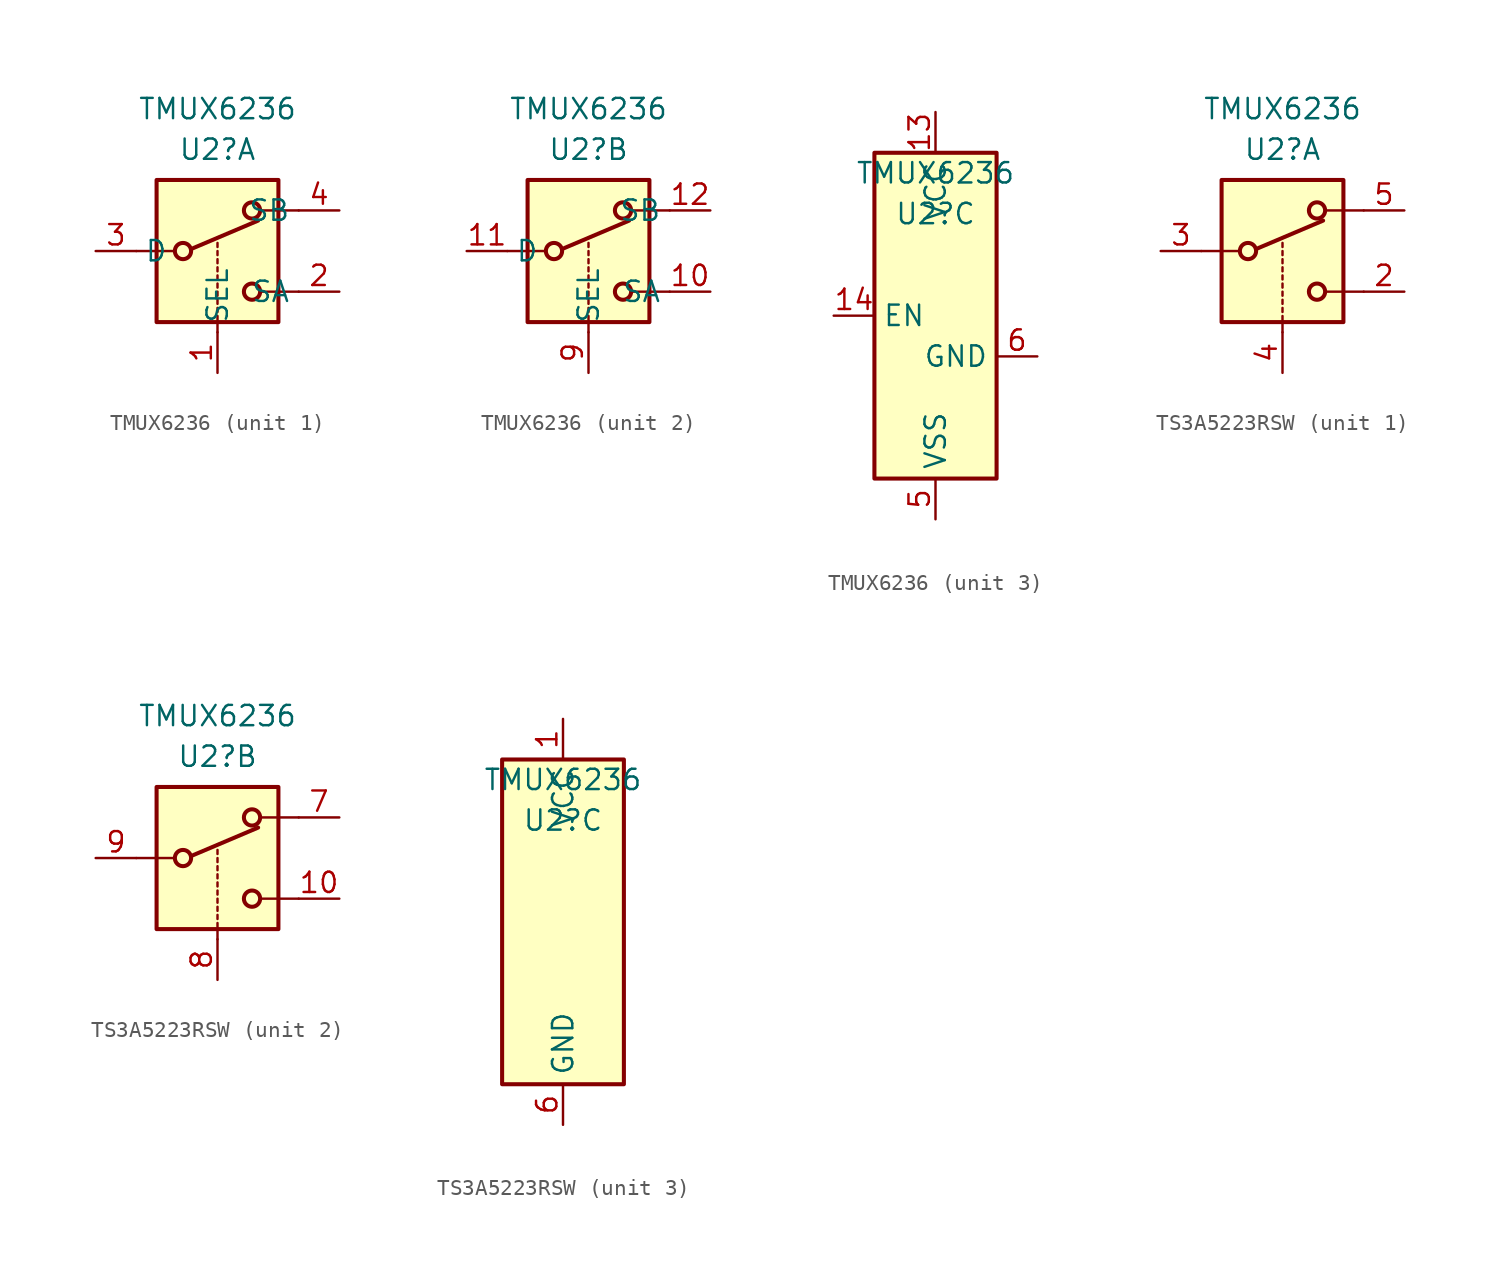
<source format=kicad_sym>
(kicad_symbol_lib
  (version 20241209)
  (generator "kicad_symbol_editor")
  (generator_version "9.0")
  (symbol "TMUX6236"
    (property "Reference" "U2"
      (at 0 6.35 0)
      (effects (font (size 1.27 1.27))))
    (property "Value" "TMUX6236"
      (at 0 8.89 0)
      (effects (font (size 1.27 1.27))))
    (symbol "TMUX6236_1_1"
      (polyline (pts (xy -5.08 0) (xy -2.794 0)) (stroke (width 0) (type default)) (fill (type none)))
      (rectangle (start -3.81 4.445) (end 3.81 -4.445) (stroke (width 0.254) (type default)) (fill (type background)))
      (circle (center -2.159 0) (radius 0.508) (stroke (width 0.254) (type default)) (fill (type none)))
      (polyline (pts (xy -1.651 0.127) (xy 2.54 1.905)) (stroke (width 0.254) (type default)) (fill (type none)))
      (polyline (pts (xy 0 0.254) (xy 0 0.508)) (stroke (width 0) (type default)) (fill (type none)))
      (polyline (pts (xy 0 -0.254) (xy 0 0)) (stroke (width 0) (type default)) (fill (type none)))
      (polyline (pts (xy 0 -0.762) (xy 0 -0.508)) (stroke (width 0) (type default)) (fill (type none)))
      (polyline (pts (xy 0 -1.27) (xy 0 -1.016)) (stroke (width 0) (type default)) (fill (type none)))
      (polyline (pts (xy 0 -1.778) (xy 0 -1.524)) (stroke (width 0) (type default)) (fill (type none)))
      (polyline (pts (xy 0 -2.286) (xy 0 -2.032)) (stroke (width 0) (type default)) (fill (type none)))
      (polyline (pts (xy 0 -2.794) (xy 0 -2.54)) (stroke (width 0) (type default)) (fill (type none)))
      (polyline (pts (xy 0 -3.302) (xy 0 -3.048)) (stroke (width 0) (type default)) (fill (type none)))
      (polyline (pts (xy 0 -3.81) (xy 0 -3.556)) (stroke (width 0) (type default)) (fill (type none)))
      (polyline (pts (xy 0 -4.318) (xy 0 -4.064)) (stroke (width 0) (type default)) (fill (type none)))
      (polyline (pts (xy 0 -5.08) (xy 0 -4.572)) (stroke (width 0) (type default)) (fill (type none)))
      (circle (center 2.159 2.54) (radius 0.508) (stroke (width 0.254) (type default)) (fill (type none)))
      (circle (center 2.159 -2.54) (radius 0.508) (stroke (width 0.254) (type default)) (fill (type none)))
      (polyline (pts (xy 5.08 2.54) (xy 2.794 2.54)) (stroke (width 0) (type default)) (fill (type none)))
      (polyline (pts (xy 5.08 -2.54) (xy 2.794 -2.54)) (stroke (width 0) (type default)) (fill (type none)))
      (pin passive line (at -7.62 0 0) (length 2.54) (name "D" (effects (font (size 1.27 1.27)))) (number "3" (effects (font (size 1.27 1.27)))))
      (pin input line (at 0 -7.62 90) (length 2.54) (name "SEL" (effects (font (size 1.27 1.27)))) (number "1" (effects (font (size 1.27 1.27)))))
      (pin passive line (at 7.62 2.54 180) (length 2.54) (name "SB" (effects (font (size 1.27 1.27)))) (number "4" (effects (font (size 1.27 1.27)))))
      (pin passive line (at 7.62 -2.54 180) (length 2.54) (name "SA" (effects (font (size 1.27 1.27)))) (number "2" (effects (font (size 1.27 1.27))))))
    (symbol "TMUX6236_2_1"
      (polyline (pts (xy -5.08 0) (xy -2.794 0)) (stroke (width 0) (type default)) (fill (type none)))
      (rectangle (start -3.81 4.445) (end 3.81 -4.445) (stroke (width 0.254) (type default)) (fill (type background)))
      (circle (center -2.159 0) (radius 0.508) (stroke (width 0.254) (type default)) (fill (type none)))
      (polyline (pts (xy -1.651 0.127) (xy 2.54 1.905)) (stroke (width 0.254) (type default)) (fill (type none)))
      (polyline (pts (xy 0 0.254) (xy 0 0.508)) (stroke (width 0) (type default)) (fill (type none)))
      (polyline (pts (xy 0 -0.254) (xy 0 0)) (stroke (width 0) (type default)) (fill (type none)))
      (polyline (pts (xy 0 -0.762) (xy 0 -0.508)) (stroke (width 0) (type default)) (fill (type none)))
      (polyline (pts (xy 0 -1.27) (xy 0 -1.016)) (stroke (width 0) (type default)) (fill (type none)))
      (polyline (pts (xy 0 -1.778) (xy 0 -1.524)) (stroke (width 0) (type default)) (fill (type none)))
      (polyline (pts (xy 0 -2.286) (xy 0 -2.032)) (stroke (width 0) (type default)) (fill (type none)))
      (polyline (pts (xy 0 -2.794) (xy 0 -2.54)) (stroke (width 0) (type default)) (fill (type none)))
      (polyline (pts (xy 0 -3.302) (xy 0 -3.048)) (stroke (width 0) (type default)) (fill (type none)))
      (polyline (pts (xy 0 -3.81) (xy 0 -3.556)) (stroke (width 0) (type default)) (fill (type none)))
      (polyline (pts (xy 0 -4.318) (xy 0 -4.064)) (stroke (width 0) (type default)) (fill (type none)))
      (polyline (pts (xy 0 -5.08) (xy 0 -4.572)) (stroke (width 0) (type default)) (fill (type none)))
      (circle (center 2.159 2.54) (radius 0.508) (stroke (width 0.254) (type default)) (fill (type none)))
      (circle (center 2.159 -2.54) (radius 0.508) (stroke (width 0.254) (type default)) (fill (type none)))
      (polyline (pts (xy 5.08 2.54) (xy 2.794 2.54)) (stroke (width 0) (type default)) (fill (type none)))
      (polyline (pts (xy 5.08 -2.54) (xy 2.794 -2.54)) (stroke (width 0) (type default)) (fill (type none)))
      (pin passive line (at -7.62 0 0) (length 2.54) (name "D" (effects (font (size 1.27 1.27)))) (number "11" (effects (font (size 1.27 1.27)))))
      (pin input line (at 0 -7.62 90) (length 2.54) (name "SEL" (effects (font (size 1.27 1.27)))) (number "9" (effects (font (size 1.27 1.27)))))
      (pin passive line (at 7.62 2.54 180) (length 2.54) (name "SB" (effects (font (size 1.27 1.27)))) (number "12" (effects (font (size 1.27 1.27)))))
      (pin passive line (at 7.62 -2.54 180) (length 2.54) (name "SA" (effects (font (size 1.27 1.27)))) (number "10" (effects (font (size 1.27 1.27))))))
    (symbol "TMUX6236_3_1"
      (rectangle (start -3.81 10.16) (end 3.81 -10.16) (stroke (width 0.254) (type default)) (fill (type background)))
      (pin input line (at -6.35 0 0) (length 2.54) (name "EN" (effects (font (size 1.27 1.27)))) (number "14" (effects (font (size 1.27 1.27)))))
      (pin power_in line (at 0 12.7 270) (length 2.54) (name "VCC" (effects (font (size 1.27 1.27)))) (number "13" (effects (font (size 1.27 1.27)))))
      (pin power_in line (at 0 -12.7 90) (length 2.54) (name "VSS" (effects (font (size 1.27 1.27)))) (number "5" (effects (font (size 1.27 1.27)))))
      (pin no_connect line (at 6.35 3.81 180) (length 2.54) (hide yes) (name "NC" (effects (font (size 1.27 1.27)))) (number "7" (effects (font (size 1.27 1.27)))))
      (pin no_connect line (at 6.35 2.54 180) (length 2.54) (hide yes) (name "NC" (effects (font (size 1.27 1.27)))) (number "8" (effects (font (size 1.27 1.27)))))
      (pin no_connect line (at 6.35 1.27 180) (length 2.54) (hide yes) (name "NC" (effects (font (size 1.27 1.27)))) (number "15" (effects (font (size 1.27 1.27)))))
      (pin no_connect line (at 6.35 0 180) (length 2.54) (hide yes) (name "NC" (effects (font (size 1.27 1.27)))) (number "16" (effects (font (size 1.27 1.27)))))
      (pin input line (at 6.35 -2.54 180) (length 2.54) (name "GND" (effects (font (size 1.27 1.27)))) (number "6" (effects (font (size 1.27 1.27)))))))
  (symbol "TS3A5223RSW"
    (property "Reference" "U2"
      (at 0 6.35 0)
      (effects (font (size 1.27 1.27))))
    (property "Value" "TMUX6236"
      (at 0 8.89 0)
      (effects (font (size 1.27 1.27))))
    (symbol "TS3A5223RSW_1_1"
      (polyline (pts (xy -5.08 0) (xy -2.794 0)) (stroke (width 0) (type default)) (fill (type none)))
      (rectangle (start -3.81 4.445) (end 3.81 -4.445) (stroke (width 0.254) (type default)) (fill (type background)))
      (circle (center -2.159 0) (radius 0.508) (stroke (width 0.254) (type default)) (fill (type none)))
      (polyline (pts (xy -1.651 0.127) (xy 2.54 1.905)) (stroke (width 0.254) (type default)) (fill (type none)))
      (polyline (pts (xy 0 0.254) (xy 0 0.508)) (stroke (width 0) (type default)) (fill (type none)))
      (polyline (pts (xy 0 -0.254) (xy 0 0)) (stroke (width 0) (type default)) (fill (type none)))
      (polyline (pts (xy 0 -0.762) (xy 0 -0.508)) (stroke (width 0) (type default)) (fill (type none)))
      (polyline (pts (xy 0 -1.27) (xy 0 -1.016)) (stroke (width 0) (type default)) (fill (type none)))
      (polyline (pts (xy 0 -1.778) (xy 0 -1.524)) (stroke (width 0) (type default)) (fill (type none)))
      (polyline (pts (xy 0 -2.286) (xy 0 -2.032)) (stroke (width 0) (type default)) (fill (type none)))
      (polyline (pts (xy 0 -2.794) (xy 0 -2.54)) (stroke (width 0) (type default)) (fill (type none)))
      (polyline (pts (xy 0 -3.302) (xy 0 -3.048)) (stroke (width 0) (type default)) (fill (type none)))
      (polyline (pts (xy 0 -3.81) (xy 0 -3.556)) (stroke (width 0) (type default)) (fill (type none)))
      (polyline (pts (xy 0 -4.318) (xy 0 -4.064)) (stroke (width 0) (type default)) (fill (type none)))
      (polyline (pts (xy 0 -5.08) (xy 0 -4.572)) (stroke (width 0) (type default)) (fill (type none)))
      (circle (center 2.159 2.54) (radius 0.508) (stroke (width 0.254) (type default)) (fill (type none)))
      (circle (center 2.159 -2.54) (radius 0.508) (stroke (width 0.254) (type default)) (fill (type none)))
      (polyline (pts (xy 5.08 2.54) (xy 2.794 2.54)) (stroke (width 0) (type default)) (fill (type none)))
      (polyline (pts (xy 5.08 -2.54) (xy 2.794 -2.54)) (stroke (width 0) (type default)) (fill (type none)))
      (pin passive line (at -7.62 0 0) (length 2.54) (name "~" (effects (font (size 1.27 1.27)))) (number "3" (effects (font (size 1.27 1.27)))))
      (pin input line (at 0 -7.62 90) (length 2.54) (name "~" (effects (font (size 1.27 1.27)))) (number "4" (effects (font (size 1.27 1.27)))))
      (pin passive line (at 7.62 2.54 180) (length 2.54) (name "~" (effects (font (size 1.27 1.27)))) (number "5" (effects (font (size 1.27 1.27)))))
      (pin passive line (at 7.62 -2.54 180) (length 2.54) (name "~" (effects (font (size 1.27 1.27)))) (number "2" (effects (font (size 1.27 1.27))))))
    (symbol "TS3A5223RSW_2_1"
      (polyline (pts (xy -5.08 0) (xy -2.794 0)) (stroke (width 0) (type default)) (fill (type none)))
      (rectangle (start -3.81 4.445) (end 3.81 -4.445) (stroke (width 0.254) (type default)) (fill (type background)))
      (circle (center -2.159 0) (radius 0.508) (stroke (width 0.254) (type default)) (fill (type none)))
      (polyline (pts (xy -1.651 0.127) (xy 2.54 1.905)) (stroke (width 0.254) (type default)) (fill (type none)))
      (polyline (pts (xy 0 0.254) (xy 0 0.508)) (stroke (width 0) (type default)) (fill (type none)))
      (polyline (pts (xy 0 -0.254) (xy 0 0)) (stroke (width 0) (type default)) (fill (type none)))
      (polyline (pts (xy 0 -0.762) (xy 0 -0.508)) (stroke (width 0) (type default)) (fill (type none)))
      (polyline (pts (xy 0 -1.27) (xy 0 -1.016)) (stroke (width 0) (type default)) (fill (type none)))
      (polyline (pts (xy 0 -1.778) (xy 0 -1.524)) (stroke (width 0) (type default)) (fill (type none)))
      (polyline (pts (xy 0 -2.286) (xy 0 -2.032)) (stroke (width 0) (type default)) (fill (type none)))
      (polyline (pts (xy 0 -2.794) (xy 0 -2.54)) (stroke (width 0) (type default)) (fill (type none)))
      (polyline (pts (xy 0 -3.302) (xy 0 -3.048)) (stroke (width 0) (type default)) (fill (type none)))
      (polyline (pts (xy 0 -3.81) (xy 0 -3.556)) (stroke (width 0) (type default)) (fill (type none)))
      (polyline (pts (xy 0 -4.318) (xy 0 -4.064)) (stroke (width 0) (type default)) (fill (type none)))
      (polyline (pts (xy 0 -5.08) (xy 0 -4.572)) (stroke (width 0) (type default)) (fill (type none)))
      (circle (center 2.159 2.54) (radius 0.508) (stroke (width 0.254) (type default)) (fill (type none)))
      (circle (center 2.159 -2.54) (radius 0.508) (stroke (width 0.254) (type default)) (fill (type none)))
      (polyline (pts (xy 5.08 2.54) (xy 2.794 2.54)) (stroke (width 0) (type default)) (fill (type none)))
      (polyline (pts (xy 5.08 -2.54) (xy 2.794 -2.54)) (stroke (width 0) (type default)) (fill (type none)))
      (pin passive line (at -7.62 0 0) (length 2.54) (name "~" (effects (font (size 1.27 1.27)))) (number "9" (effects (font (size 1.27 1.27)))))
      (pin input line (at 0 -7.62 90) (length 2.54) (name "~" (effects (font (size 1.27 1.27)))) (number "8" (effects (font (size 1.27 1.27)))))
      (pin passive line (at 7.62 2.54 180) (length 2.54) (name "~" (effects (font (size 1.27 1.27)))) (number "7" (effects (font (size 1.27 1.27)))))
      (pin passive line (at 7.62 -2.54 180) (length 2.54) (name "~" (effects (font (size 1.27 1.27)))) (number "10" (effects (font (size 1.27 1.27))))))
    (symbol "TS3A5223RSW_3_1"
      (rectangle (start -3.81 10.16) (end 3.81 -10.16) (stroke (width 0.254) (type default)) (fill (type background)))
      (pin power_in line (at 0 12.7 270) (length 2.54) (name "VCC" (effects (font (size 1.27 1.27)))) (number "1" (effects (font (size 1.27 1.27)))))
      (pin power_in line (at 0 -12.7 90) (length 2.54) (name "GND" (effects (font (size 1.27 1.27)))) (number "6" (effects (font (size 1.27 1.27))))))))
</source>
